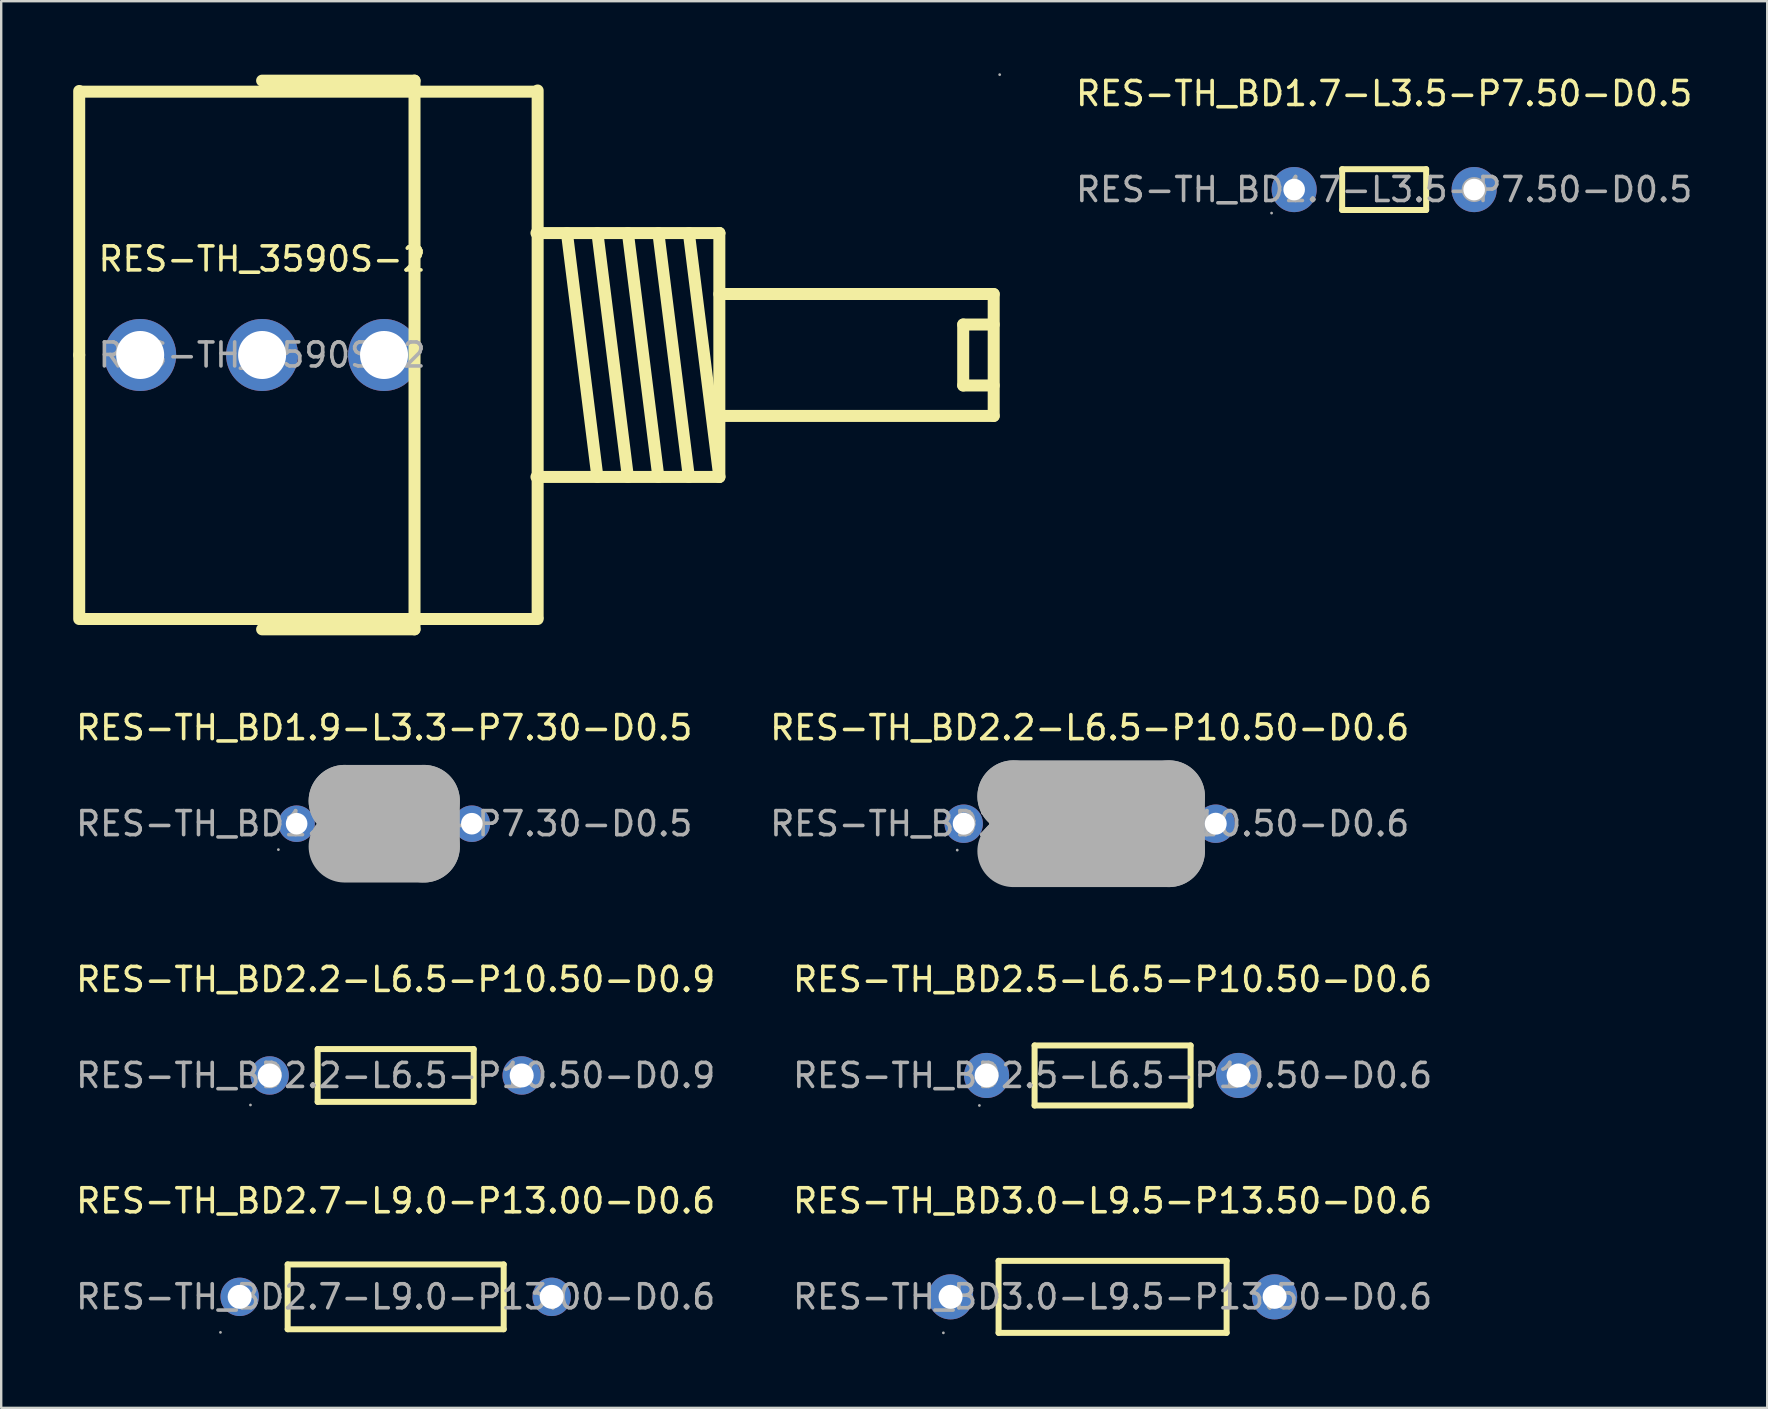
<source format=kicad_pcb>
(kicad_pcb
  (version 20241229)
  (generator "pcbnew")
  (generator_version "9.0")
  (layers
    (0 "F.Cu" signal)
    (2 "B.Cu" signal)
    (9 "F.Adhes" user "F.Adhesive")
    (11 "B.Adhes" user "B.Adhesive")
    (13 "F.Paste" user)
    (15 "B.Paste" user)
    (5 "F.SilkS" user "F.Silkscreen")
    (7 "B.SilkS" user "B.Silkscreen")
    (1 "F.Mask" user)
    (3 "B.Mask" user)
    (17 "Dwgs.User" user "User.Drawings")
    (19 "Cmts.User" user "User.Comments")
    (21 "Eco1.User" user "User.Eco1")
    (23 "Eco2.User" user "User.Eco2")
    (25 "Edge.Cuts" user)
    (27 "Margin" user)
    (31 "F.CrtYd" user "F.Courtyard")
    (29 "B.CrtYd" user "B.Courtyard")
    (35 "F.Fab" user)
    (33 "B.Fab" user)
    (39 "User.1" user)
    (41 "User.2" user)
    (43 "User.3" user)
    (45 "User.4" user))
  (footprint "RES-TH_BD1.7-L3.5-P7.50-D0.5"
    (layer "F.Cu")
    (at 54.618 4.848)
    (property "Reference" "RES-TH_BD1.7-L3.5-P7.50-D0.5" (at 0 -4 0) (layer "F.SilkS") (effects (font (size 1 1) (thickness 0.15))))
    (attr through_hole)
    (fp_line (start -1.75 -0.85) (end 1.75 -0.85) (stroke (width 0.25) (type solid)) (layer "F.SilkS"))
    (fp_line (start -1.75 0.85) (end -1.75 -0.85) (stroke (width 0.25) (type solid)) (layer "F.SilkS"))
    (fp_line (start 1.75 -0.85) (end 1.75 0.85) (stroke (width 0.25) (type solid)) (layer "F.SilkS"))
    (fp_line (start 1.75 0.85) (end -1.75 0.85) (stroke (width 0.25) (type solid)) (layer "F.SilkS"))
    (fp_circle (center -4.69 0.98) (end -4.66 0.98) (stroke (width 0.06) (type solid)) (fill no) (layer "F.Fab"))
    (fp_circle (center -3.75 0) (end -3.57 0) (stroke (width 0.35) (type solid)) (fill no) (layer "F.Fab"))
    (fp_circle (center 3.75 0) (end 3.92 0) (stroke (width 0.35) (type solid)) (fill no) (layer "F.Fab"))
    (fp_text user "${REFERENCE}" (at 0 0 0) (layer "F.Fab") (effects (font (size 1 1) (thickness 0.15))))
    (pad "1" thru_hole circle (at -3.75 0) (size 1.88 1.88) (drill 0.9) (layers "*.Cu" "*.Paste" "*.Mask"))
    (pad "2" thru_hole circle (at 3.75 0) (size 1.88 1.88) (drill 0.899) (layers "*.Cu" "*.Paste" "*.Mask")))
  (footprint "RES-TH_BD2.2-L6.5-P10.50-D0.6"
    (layer "F.Cu")
    (at 42.351 31.268)
    (property "Reference" "RES-TH_BD2.2-L6.5-P10.50-D0.6" (at 0 -4 0) (layer "F.SilkS") (effects (font (size 1 1) (thickness 0.15))))
    (attr through_hole)
    (fp_line (start -3.3 0) (end -4.06 0) (stroke (width 0.25) (type solid)) (layer "F.SilkS"))
    (fp_line (start 3.3 0) (end 4.06 0) (stroke (width 0.25) (type solid)) (layer "F.SilkS"))
    (fp_line (start -3.18 -1.14) (end -3.18 -1.14) (stroke (width 3) (type solid)) (layer "F.Fab"))
    (fp_line (start -3.18 -1.14) (end 3.3 -1.14) (stroke (width 3) (type solid)) (layer "F.Fab"))
    (fp_line (start 3.3 -1.14) (end 3.3 1.14) (stroke (width 3) (type solid)) (layer "F.Fab"))
    (fp_line (start 3.3 1.14) (end -3.18 1.14) (stroke (width 3) (type solid)) (layer "F.Fab"))
    (fp_circle (center -5.52 1.1) (end -5.49 1.1) (stroke (width 0.06) (type solid)) (fill no) (layer "F.Fab"))
    (fp_circle (center -5.25 0) (end -5.11 0) (stroke (width 0.27) (type solid)) (fill no) (layer "F.Fab"))
    (fp_circle (center 5.25 0) (end 5.39 0) (stroke (width 0.27) (type solid)) (fill no) (layer "F.Fab"))
    (fp_text user "${REFERENCE}" (at 0 0 0) (layer "F.Fab") (effects (font (size 1 1) (thickness 0.15))))
    (pad "1" thru_hole circle (at -5.25 0) (size 1.6 1.6) (drill 0.914) (layers "*.Cu" "*.Paste" "*.Mask"))
    (pad "2" thru_hole circle (at 5.25 0) (size 1.6 1.6) (drill 0.914) (layers "*.Cu" "*.Paste" "*.Mask")))
  (footprint "RES-TH_BD2.2-L6.5-P10.50-D0.9"
    (layer "F.Cu")
    (at 13.435 41.757)
    (property "Reference" "RES-TH_BD2.2-L6.5-P10.50-D0.9" (at 0 -4 0) (layer "F.SilkS") (effects (font (size 1 1) (thickness 0.15))))
    (attr through_hole)
    (fp_line (start -3.25 -1.1) (end 3.25 -1.1) (stroke (width 0.25) (type solid)) (layer "F.SilkS"))
    (fp_line (start -3.25 1.1) (end -3.25 -1.1) (stroke (width 0.25) (type solid)) (layer "F.SilkS"))
    (fp_line (start -3.25 1.1) (end 3.25 1.1) (stroke (width 0.25) (type solid)) (layer "F.SilkS"))
    (fp_line (start 3.25 1.1) (end 3.25 -1.1) (stroke (width 0.25) (type solid)) (layer "F.SilkS"))
    (fp_circle (center -6.05 1.23) (end -6.02 1.23) (stroke (width 0.06) (type solid)) (fill no) (layer "F.Fab"))
    (fp_circle (center -5.25 0) (end -5.05 0) (stroke (width 0.4) (type solid)) (fill no) (layer "F.Fab"))
    (fp_circle (center 5.25 0) (end 5.45 0) (stroke (width 0.4) (type solid)) (fill no) (layer "F.Fab"))
    (fp_text user "${REFERENCE}" (at 0 0 0) (layer "F.Fab") (effects (font (size 1 1) (thickness 0.15))))
    (pad "1" thru_hole circle (at -5.25 0) (size 1.6 1.6) (drill 1) (layers "*.Cu" "*.Paste" "*.Mask"))
    (pad "2" thru_hole circle (at 5.25 0) (size 1.6 1.6) (drill 1) (layers "*.Cu" "*.Paste" "*.Mask")))
  (footprint "RES-TH_BD3.0-L9.5-P13.50-D0.6"
    (layer "F.Cu")
    (at 43.304 50.98)
    (property "Reference" "RES-TH_BD3.0-L9.5-P13.50-D0.6" (at 0 -4 0) (layer "F.SilkS") (effects (font (size 1 1) (thickness 0.15))))
    (attr through_hole)
    (fp_line (start -4.75 -1.5) (end 4.75 -1.5) (stroke (width 0.25) (type solid)) (layer "F.SilkS"))
    (fp_line (start -4.75 1.5) (end -4.75 -1.5) (stroke (width 0.25) (type solid)) (layer "F.SilkS"))
    (fp_line (start 4.75 -1.5) (end 4.75 1.5) (stroke (width 0.25) (type solid)) (layer "F.SilkS"))
    (fp_line (start 4.75 1.5) (end -4.75 1.5) (stroke (width 0.25) (type solid)) (layer "F.SilkS"))
    (fp_circle (center -7.05 1.5) (end -7.02 1.5) (stroke (width 0.06) (type solid)) (fill no) (layer "F.Fab"))
    (fp_circle (center -6.75 0) (end -6.6 0) (stroke (width 0.3) (type solid)) (fill no) (layer "F.Fab"))
    (fp_circle (center 6.75 0) (end 6.9 0) (stroke (width 0.3) (type solid)) (fill no) (layer "F.Fab"))
    (fp_text user "${REFERENCE}" (at 0 0 0) (layer "F.Fab") (effects (font (size 1 1) (thickness 0.15))))
    (pad "1" thru_hole circle (at -6.75 0) (size 1.88 1.88) (drill 1) (layers "*.Cu" "*.Paste" "*.Mask"))
    (pad "2" thru_hole circle (at 6.75 0) (size 1.88 1.88) (drill 1) (layers "*.Cu" "*.Paste" "*.Mask")))
  (footprint "RES-TH_BD2.5-L6.5-P10.50-D0.6"
    (layer "F.Cu")
    (at 43.304 41.757)
    (property "Reference" "RES-TH_BD2.5-L6.5-P10.50-D0.6" (at 0 -4 0) (layer "F.SilkS") (effects (font (size 1 1) (thickness 0.15))))
    (attr through_hole)
    (fp_line (start -3.25 -1.25) (end 3.25 -1.25) (stroke (width 0.25) (type solid)) (layer "F.SilkS"))
    (fp_line (start -3.25 1.25) (end -3.25 -1.25) (stroke (width 0.25) (type solid)) (layer "F.SilkS"))
    (fp_line (start 3.25 1.25) (end -3.25 1.25) (stroke (width 0.25) (type solid)) (layer "F.SilkS"))
    (fp_line (start 3.25 1.25) (end 3.25 -1.25) (stroke (width 0.25) (type solid)) (layer "F.SilkS"))
    (fp_circle (center -5.55 1.25) (end -5.52 1.25) (stroke (width 0.06) (type solid)) (fill no) (layer "F.Fab"))
    (fp_circle (center -5.25 0) (end -5.1 0) (stroke (width 0.3) (type solid)) (fill no) (layer "F.Fab"))
    (fp_circle (center 5.25 0) (end 5.4 0) (stroke (width 0.3) (type solid)) (fill no) (layer "F.Fab"))
    (fp_text user "${REFERENCE}" (at 0 0 0) (layer "F.Fab") (effects (font (size 1 1) (thickness 0.15))))
    (pad "1" thru_hole circle (at -5.25 0) (size 1.88 1.88) (drill 1) (layers "*.Cu" "*.Paste" "*.Mask"))
    (pad "2" thru_hole circle (at 5.25 0) (size 1.88 1.88) (drill 1) (layers "*.Cu" "*.Paste" "*.Mask")))
  (footprint "RES-TH_BD2.7-L9.0-P13.00-D0.6"
    (layer "F.Cu")
    (at 13.435 50.98)
    (property "Reference" "RES-TH_BD2.7-L9.0-P13.00-D0.6" (at 0 -4 0) (layer "F.SilkS") (effects (font (size 1 1) (thickness 0.15))))
    (attr through_hole)
    (fp_line (start -4.5 -1.35) (end 4.5 -1.35) (stroke (width 0.25) (type solid)) (layer "F.SilkS"))
    (fp_line (start -4.5 1.35) (end -4.5 -1.35) (stroke (width 0.25) (type solid)) (layer "F.SilkS"))
    (fp_line (start 4.5 1.35) (end -4.5 1.35) (stroke (width 0.25) (type solid)) (layer "F.SilkS"))
    (fp_line (start 4.5 1.35) (end 4.5 -1.35) (stroke (width 0.25) (type solid)) (layer "F.SilkS"))
    (fp_circle (center -7.3 1.48) (end -7.27 1.48) (stroke (width 0.06) (type solid)) (fill no) (layer "F.Fab"))
    (fp_circle (center -6.5 0) (end -6.3 0) (stroke (width 0.4) (type solid)) (fill no) (layer "F.Fab"))
    (fp_circle (center 6.5 0) (end 6.7 0) (stroke (width 0.4) (type solid)) (fill no) (layer "F.Fab"))
    (fp_text user "${REFERENCE}" (at 0 0 0) (layer "F.Fab") (effects (font (size 1 1) (thickness 0.15))))
    (pad "1" thru_hole circle (at -6.5 0) (size 1.6 1.6) (drill 1) (layers "*.Cu" "*.Paste" "*.Mask"))
    (pad "2" thru_hole circle (at 6.5 0) (size 1.6 1.6) (drill 1) (layers "*.Cu" "*.Paste" "*.Mask")))
  (footprint "RES-TH_3590S-2"
    (layer "F.Cu")
    (at 7.87 11.74)
    (property "Reference" "RES-TH_3590S-2" (at 0 -4 0) (layer "F.SilkS") (effects (font (size 1 1) (thickness 0.15))))
    (attr through_hole)
    (fp_line (start -7.62 0) (end -7.62 -11) (stroke (width 0.5) (type solid)) (layer "F.SilkS"))
    (fp_line (start -7.62 0) (end -7.62 11) (stroke (width 0.5) (type solid)) (layer "F.SilkS"))
    (fp_line (start -7.59 -10.97) (end 11.41 -10.97) (stroke (width 0.5) (type solid)) (layer "F.SilkS"))
    (fp_line (start -7.52 11) (end 11.48 11) (stroke (width 0.5) (type solid)) (layer "F.SilkS"))
    (fp_line (start 6.35 -11.43) (end 0 -11.43) (stroke (width 0.5) (type solid)) (layer "F.SilkS"))
    (fp_line (start 6.35 -11.43) (end 6.35 11.43) (stroke (width 0.5) (type solid)) (layer "F.SilkS"))
    (fp_line (start 6.35 11.43) (end 0 11.43) (stroke (width 0.5) (type solid)) (layer "F.SilkS"))
    (fp_line (start 11.43 -5.08) (end 19.05 -5.08) (stroke (width 0.5) (type solid)) (layer "F.SilkS"))
    (fp_line (start 11.43 5.08) (end 19.05 5.08) (stroke (width 0.5) (type solid)) (layer "F.SilkS"))
    (fp_line (start 11.48 -11.02) (end 11.48 10.93) (stroke (width 0.5) (type solid)) (layer "F.SilkS"))
    (fp_line (start 12.7 -5.08) (end 13.97 5.08) (stroke (width 0.5) (type solid)) (layer "F.SilkS"))
    (fp_line (start 13.97 -5.08) (end 15.24 5.08) (stroke (width 0.5) (type solid)) (layer "F.SilkS"))
    (fp_line (start 15.24 -5.08) (end 16.51 5.08) (stroke (width 0.5) (type solid)) (layer "F.SilkS"))
    (fp_line (start 16.51 -5.08) (end 17.78 5.08) (stroke (width 0.5) (type solid)) (layer "F.SilkS"))
    (fp_line (start 17.78 -5.08) (end 19.05 5.08) (stroke (width 0.5) (type solid)) (layer "F.SilkS"))
    (fp_line (start 19.05 -5.08) (end 19.05 -5.08) (stroke (width 0.5) (type solid)) (layer "F.SilkS"))
    (fp_line (start 19.05 -5.08) (end 19.05 5.08) (stroke (width 0.5) (type solid)) (layer "F.SilkS"))
    (fp_line (start 19.05 -2.54) (end 30.48 -2.54) (stroke (width 0.5) (type solid)) (layer "F.SilkS"))
    (fp_line (start 29.21 -1.27) (end 29.21 1.27) (stroke (width 0.5) (type solid)) (layer "F.SilkS"))
    (fp_line (start 29.21 1.27) (end 30.48 1.27) (stroke (width 0.5) (type solid)) (layer "F.SilkS"))
    (fp_line (start 30.48 -2.54) (end 30.48 2.54) (stroke (width 0.5) (type solid)) (layer "F.SilkS"))
    (fp_line (start 30.48 -1.27) (end 29.21 -1.27) (stroke (width 0.5) (type solid)) (layer "F.SilkS"))
    (fp_line (start 30.48 2.54) (end 19.05 2.54) (stroke (width 0.5) (type solid)) (layer "F.SilkS"))
    (fp_circle (center -5.08 0) (end -4.63 0) (stroke (width 0.9) (type solid)) (fill no) (layer "F.Fab"))
    (fp_circle (center 0 0) (end 0.45 0) (stroke (width 0.9) (type solid)) (fill no) (layer "F.Fab"))
    (fp_circle (center 5.08 0) (end 5.53 0) (stroke (width 0.9) (type solid)) (fill no) (layer "F.Fab"))
    (fp_circle (center 30.73 -11.68) (end 30.76 -11.68) (stroke (width 0.06) (type solid)) (fill no) (layer "F.Fab"))
    (fp_text user "${REFERENCE}" (at 0 0 0) (layer "F.Fab") (effects (font (size 1 1) (thickness 0.15))))
    (pad "1" thru_hole circle (at 0 0 270) (size 3 3) (drill 2) (layers "*.Cu" "*.Paste" "*.Mask"))
    (pad "2" thru_hole circle (at -5.08 0 270) (size 3 3) (drill 2) (layers "*.Cu" "*.Paste" "*.Mask"))
    (pad "3" thru_hole circle (at 5.08 0 270) (size 3 3) (drill 2) (layers "*.Cu" "*.Paste" "*.Mask")))
  (footprint "RES-TH_BD1.9-L3.3-P7.30-D0.5"
    (layer "F.Cu")
    (at 12.958 31.268)
    (property "Reference" "RES-TH_BD1.9-L3.3-P7.30-D0.5" (at 0 -4 0) (layer "F.SilkS") (effects (font (size 1 1) (thickness 0.15))))
    (attr through_hole)
    (fp_line (start -1.77 0) (end -2.41 0) (stroke (width 0.25) (type solid)) (layer "F.SilkS"))
    (fp_line (start 1.78 0) (end 2.42 0) (stroke (width 0.25) (type solid)) (layer "F.SilkS"))
    (fp_line (start -1.65 -0.95) (end -1.65 -0.95) (stroke (width 3) (type solid)) (layer "F.Fab"))
    (fp_line (start -1.65 -0.95) (end 1.65 -0.95) (stroke (width 3) (type solid)) (layer "F.Fab"))
    (fp_line (start 1.65 -0.95) (end 1.65 0.95) (stroke (width 3) (type solid)) (layer "F.Fab"))
    (fp_line (start 1.65 0.95) (end -1.65 0.95) (stroke (width 3) (type solid)) (layer "F.Fab"))
    (fp_circle (center -4.41 1.08) (end -4.38 1.08) (stroke (width 0.06) (type solid)) (fill no) (layer "F.Fab"))
    (fp_circle (center -3.65 0) (end -3.47 0) (stroke (width 0.35) (type solid)) (fill no) (layer "F.Fab"))
    (fp_circle (center 3.65 0) (end 3.83 0) (stroke (width 0.35) (type solid)) (fill no) (layer "F.Fab"))
    (fp_text user "${REFERENCE}" (at 0 0 0) (layer "F.Fab") (effects (font (size 1 1) (thickness 0.15))))
    (pad "1" thru_hole circle (at -3.65 0) (size 1.52 1.52) (drill 0.9) (layers "*.Cu" "*.Paste" "*.Mask"))
    (pad "2" thru_hole circle (at 3.65 0) (size 1.52 1.52) (drill 0.9) (layers "*.Cu" "*.Paste" "*.Mask")))
  (gr_rect
    (start -3 -3)
    (end 70.577 55.605)
    (stroke (width 0.1) (type default))
    (fill no)
    (layer "Edge.Cuts")))
</source>
